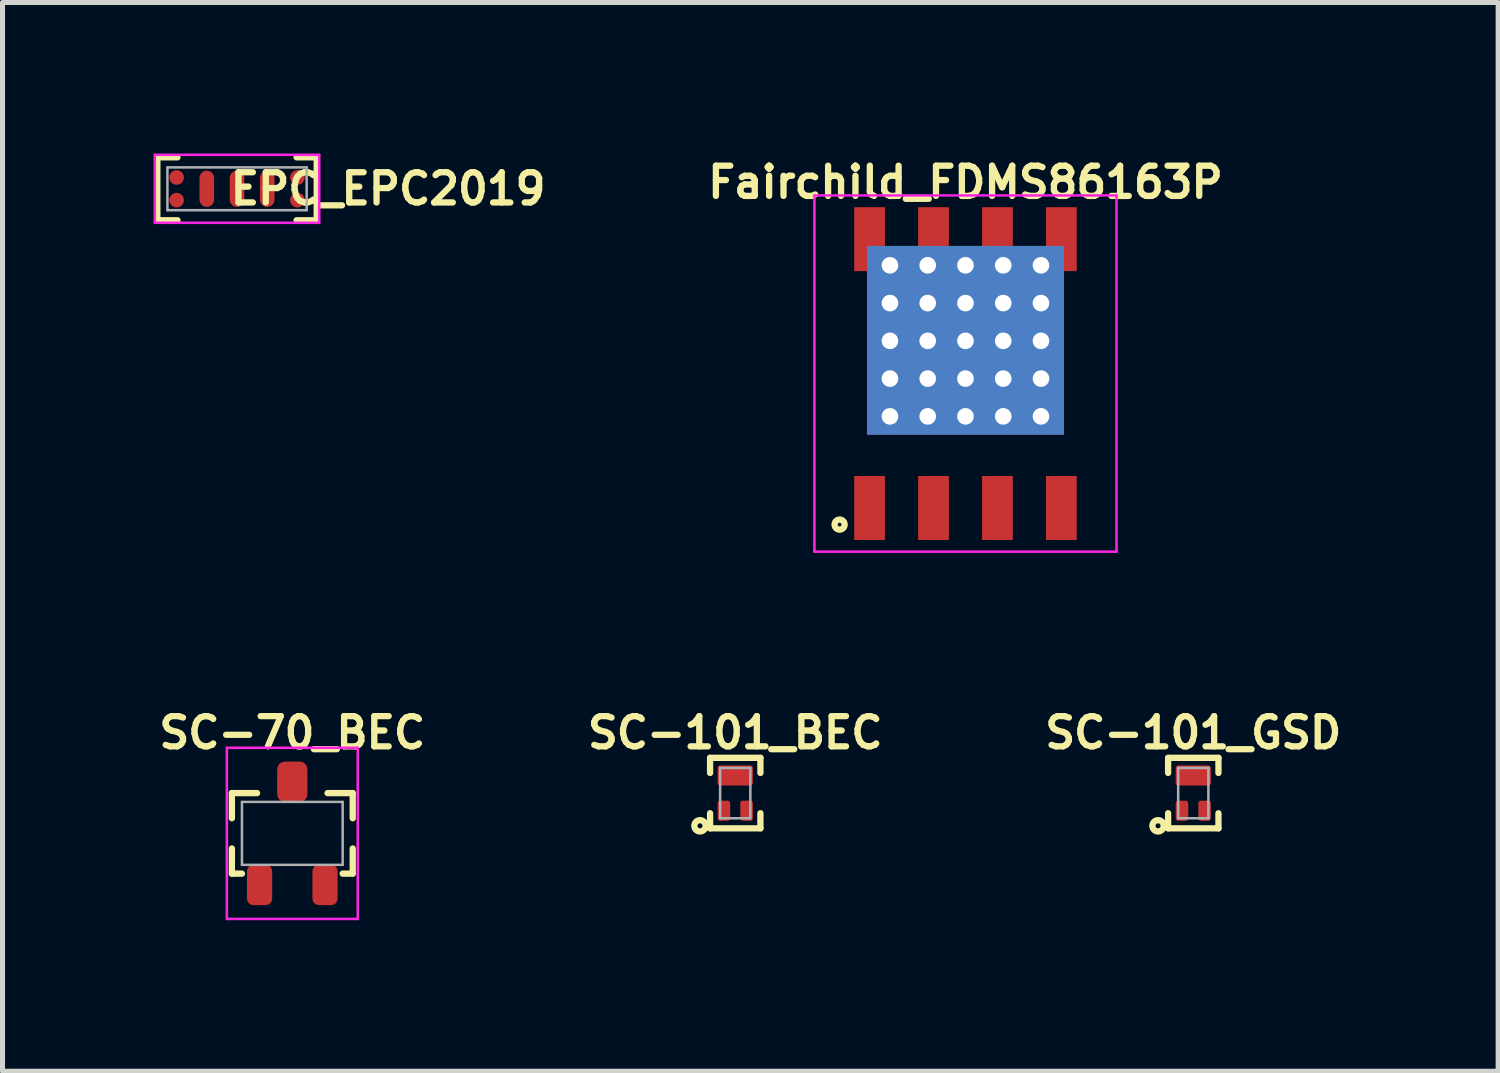
<source format=kicad_pcb>
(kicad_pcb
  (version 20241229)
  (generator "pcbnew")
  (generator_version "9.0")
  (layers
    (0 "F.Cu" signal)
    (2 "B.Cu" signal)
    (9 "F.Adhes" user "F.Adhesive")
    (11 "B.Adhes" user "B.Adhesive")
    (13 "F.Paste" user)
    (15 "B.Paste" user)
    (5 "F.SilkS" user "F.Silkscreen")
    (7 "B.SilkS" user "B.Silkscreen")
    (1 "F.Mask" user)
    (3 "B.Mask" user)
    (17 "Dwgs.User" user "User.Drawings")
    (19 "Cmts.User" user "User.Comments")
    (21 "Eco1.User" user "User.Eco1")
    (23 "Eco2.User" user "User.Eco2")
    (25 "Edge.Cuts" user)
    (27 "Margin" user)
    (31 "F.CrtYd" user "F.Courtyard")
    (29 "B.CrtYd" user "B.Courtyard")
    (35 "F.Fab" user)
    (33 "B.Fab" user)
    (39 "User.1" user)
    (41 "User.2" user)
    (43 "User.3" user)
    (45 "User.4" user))
  (footprint "SC-101_GSD"
    (layer "F.Cu")
    (at 20.652 12.703)
    (property "Reference" "SC-101_GSD" (at 0 -1.2 0) (layer "F.SilkS") (effects (font (size 0.6 0.6) (thickness 0.125))))
    (attr smd)
    (fp_line (start -0.5 -0.7) (end -0.5 -0.4) (stroke (width 0.125) (type solid)) (layer "F.SilkS"))
    (fp_line (start -0.5 -0.7) (end 0.5 -0.7) (stroke (width 0.125) (type solid)) (layer "F.SilkS"))
    (fp_line (start -0.5 0.7) (end -0.5 0.4) (stroke (width 0.125) (type solid)) (layer "F.SilkS"))
    (fp_line (start -0.5 0.7) (end 0.5 0.7) (stroke (width 0.125) (type solid)) (layer "F.SilkS"))
    (fp_line (start 0.5 -0.7) (end 0.5 -0.4) (stroke (width 0.125) (type solid)) (layer "F.SilkS"))
    (fp_line (start 0.5 0.7) (end 0.5 0.4) (stroke (width 0.125) (type solid)) (layer "F.SilkS"))
    (fp_circle (center -0.7 0.65) (end -0.7 0.7) (stroke (width 0.125) (type solid)) (fill no) (layer "F.SilkS"))
    (fp_line (start -0.3 -0.5) (end 0.3 -0.5) (stroke (width 0.05) (type solid)) (layer "F.Fab"))
    (fp_line (start -0.3 0.5) (end -0.3 -0.5) (stroke (width 0.05) (type solid)) (layer "F.Fab"))
    (fp_line (start 0.3 -0.5) (end 0.3 0.5) (stroke (width 0.05) (type solid)) (layer "F.Fab"))
    (fp_line (start 0.3 0.5) (end -0.3 0.5) (stroke (width 0.05) (type solid)) (layer "F.Fab"))
    (pad "D" smd roundrect (at 0 -0.35) (size 0.7 0.4) (layers "F.Cu" "F.Mask" "F.Paste") (roundrect_rratio 0.125))
    (pad "G" smd roundrect (at -0.225 0.35) (size 0.25 0.4) (layers "F.Cu" "F.Mask" "F.Paste") (roundrect_rratio 0.2))
    (pad "S" smd roundrect (at 0.225 0.35) (size 0.25 0.4) (layers "F.Cu" "F.Mask" "F.Paste") (roundrect_rratio 0.2)))
  (footprint "SC-101_BEC"
    (layer "F.Cu")
    (at 11.554 12.703)
    (property "Reference" "SC-101_BEC" (at 0 -1.2 0) (layer "F.SilkS") (effects (font (size 0.6 0.6) (thickness 0.125))))
    (attr smd)
    (fp_line (start -0.5 -0.7) (end -0.5 -0.4) (stroke (width 0.125) (type solid)) (layer "F.SilkS"))
    (fp_line (start -0.5 -0.7) (end 0.5 -0.7) (stroke (width 0.125) (type solid)) (layer "F.SilkS"))
    (fp_line (start -0.5 0.7) (end -0.5 0.4) (stroke (width 0.125) (type solid)) (layer "F.SilkS"))
    (fp_line (start -0.5 0.7) (end 0.5 0.7) (stroke (width 0.125) (type solid)) (layer "F.SilkS"))
    (fp_line (start 0.5 -0.7) (end 0.5 -0.4) (stroke (width 0.125) (type solid)) (layer "F.SilkS"))
    (fp_line (start 0.5 0.7) (end 0.5 0.4) (stroke (width 0.125) (type solid)) (layer "F.SilkS"))
    (fp_circle (center -0.7 0.65) (end -0.7 0.7) (stroke (width 0.125) (type solid)) (fill no) (layer "F.SilkS"))
    (fp_line (start -0.3 -0.5) (end 0.3 -0.5) (stroke (width 0.05) (type solid)) (layer "F.Fab"))
    (fp_line (start -0.3 0.5) (end -0.3 -0.5) (stroke (width 0.05) (type solid)) (layer "F.Fab"))
    (fp_line (start 0.3 -0.5) (end 0.3 0.5) (stroke (width 0.05) (type solid)) (layer "F.Fab"))
    (fp_line (start 0.3 0.5) (end -0.3 0.5) (stroke (width 0.05) (type solid)) (layer "F.Fab"))
    (pad "B" smd roundrect (at -0.225 0.35) (size 0.25 0.4) (layers "F.Cu" "F.Mask" "F.Paste") (roundrect_rratio 0.2))
    (pad "C" smd roundrect (at 0 -0.35) (size 0.7 0.4) (layers "F.Cu" "F.Mask" "F.Paste") (roundrect_rratio 0.125))
    (pad "E" smd roundrect (at 0.225 0.35) (size 0.25 0.4) (layers "F.Cu" "F.Mask" "F.Paste") (roundrect_rratio 0.2)))
  (footprint "Fairchild_FDMS86163P"
    (layer "F.Cu")
    (at 16.127 4.37)
    (property "Reference" "Fairchild_FDMS86163P" (at 0 -3.8 0) (layer "F.SilkS") (effects (font (size 0.6 0.6) (thickness 0.125))))
    (attr smd)
    (fp_circle (center -2.5 3) (end -2.6 3) (stroke (width 0.125) (type solid)) (fill no) (layer "F.SilkS"))
    (fp_line (start -3 -3.538) (end 3 -3.538) (stroke (width 0.05) (type solid)) (layer "F.CrtYd"))
    (fp_line (start -3 3.538) (end -3 -3.538) (stroke (width 0.05) (type solid)) (layer "F.CrtYd"))
    (fp_line (start 3 -3.538) (end 3 3.538) (stroke (width 0.05) (type solid)) (layer "F.CrtYd"))
    (fp_line (start 3 3.538) (end -3 3.538) (stroke (width 0.05) (type solid)) (layer "F.CrtYd"))
    (pad "D" smd rect (at -1.905 -2.67) (size 0.61 1.27) (layers "F.Cu" "F.Mask" "F.Paste"))
    (pad "D" thru_hole circle (at -1.5 -2.15) (size 0.7 0.7) (drill 0.33) (layers "*.Cu"))
    (pad "D" thru_hole circle (at -1.5 -1.4) (size 0.7 0.7) (drill 0.33) (layers "*.Cu"))
    (pad "D" thru_hole circle (at -1.5 -0.65) (size 0.7 0.7) (drill 0.33) (layers "*.Cu"))
    (pad "D" thru_hole circle (at -1.5 0.1) (size 0.7 0.7) (drill 0.33) (layers "*.Cu"))
    (pad "D" thru_hole circle (at -1.5 0.85) (size 0.7 0.7) (drill 0.33) (layers "*.Cu"))
    (pad "D" smd rect (at -1.1 -0.1) (size 1.6 2.5) (layers "F.Cu" "F.Mask" "F.Paste"))
    (pad "D" thru_hole circle (at -0.75 -2.15) (size 0.7 0.7) (drill 0.33) (layers "*.Cu"))
    (pad "D" thru_hole circle (at -0.75 -1.4) (size 0.7 0.7) (drill 0.33) (layers "*.Cu"))
    (pad "D" thru_hole circle (at -0.75 -0.65) (size 0.7 0.7) (drill 0.33) (layers "*.Cu"))
    (pad "D" thru_hole circle (at -0.75 0.1) (size 0.7 0.7) (drill 0.33) (layers "*.Cu"))
    (pad "D" thru_hole circle (at -0.75 0.85) (size 0.7 0.7) (drill 0.33) (layers "*.Cu"))
    (pad "D" smd rect (at -0.635 -2.67) (size 0.61 1.27) (layers "F.Cu" "F.Mask" "F.Paste"))
    (pad "D" thru_hole circle (at 0 -2.15) (size 0.7 0.7) (drill 0.33) (layers "*.Cu"))
    (pad "D" thru_hole circle (at 0 -1.4) (size 0.7 0.7) (drill 0.33) (layers "*.Cu"))
    (pad "D" smd rect (at 0 -0.66) (size 3.91 3.75) (layers "F.Cu" "F.Mask"))
    (pad "D" connect rect (at 0 -0.66) (size 3.91 3.75) (layers "B.Cu"))
    (pad "D" thru_hole circle (at 0 -0.65) (size 0.7 0.7) (drill 0.33) (layers "*.Cu"))
    (pad "D" thru_hole circle (at 0 0.1) (size 0.7 0.7) (drill 0.33) (layers "*.Cu"))
    (pad "D" thru_hole circle (at 0 0.85) (size 0.7 0.7) (drill 0.33) (layers "*.Cu"))
    (pad "D" smd rect (at 0.635 -2.67) (size 0.61 1.27) (layers "F.Cu" "F.Mask" "F.Paste"))
    (pad "D" thru_hole circle (at 0.75 -2.15) (size 0.7 0.7) (drill 0.33) (layers "*.Cu"))
    (pad "D" thru_hole circle (at 0.75 -1.4) (size 0.7 0.7) (drill 0.33) (layers "*.Cu"))
    (pad "D" thru_hole circle (at 0.75 -0.65) (size 0.7 0.7) (drill 0.33) (layers "*.Cu"))
    (pad "D" thru_hole circle (at 0.75 0.1) (size 0.7 0.7) (drill 0.33) (layers "*.Cu"))
    (pad "D" thru_hole circle (at 0.75 0.85) (size 0.7 0.7) (drill 0.33) (layers "*.Cu"))
    (pad "D" smd rect (at 1.1 -0.1) (size 1.6 2.5) (layers "F.Cu" "F.Mask" "F.Paste"))
    (pad "D" thru_hole circle (at 1.5 -2.15) (size 0.7 0.7) (drill 0.33) (layers "*.Cu"))
    (pad "D" thru_hole circle (at 1.5 -1.4) (size 0.7 0.7) (drill 0.33) (layers "*.Cu"))
    (pad "D" thru_hole circle (at 1.5 -0.65) (size 0.7 0.7) (drill 0.33) (layers "*.Cu"))
    (pad "D" thru_hole circle (at 1.5 0.1) (size 0.7 0.7) (drill 0.33) (layers "*.Cu"))
    (pad "D" thru_hole circle (at 1.5 0.85) (size 0.7 0.7) (drill 0.33) (layers "*.Cu"))
    (pad "D" smd rect (at 1.905 -2.67) (size 0.61 1.27) (layers "F.Cu" "F.Mask" "F.Paste"))
    (pad "G" smd rect (at 1.905 2.67) (size 0.61 1.27) (layers "F.Cu" "F.Mask" "F.Paste"))
    (pad "S" smd rect (at -1.905 2.67) (size 0.61 1.27) (layers "F.Cu" "F.Mask" "F.Paste"))
    (pad "S" smd rect (at -0.635 2.67) (size 0.61 1.27) (layers "F.Cu" "F.Mask" "F.Paste"))
    (pad "S" smd rect (at 0.635 2.67) (size 0.61 1.27) (layers "F.Cu" "F.Mask" "F.Paste")))
  (footprint "SC-70_BEC"
    (layer "F.Cu")
    (at 2.756 13.503)
    (property "Reference" "SC-70_BEC" (at 0 -2 0) (layer "F.SilkS") (effects (font (size 0.6 0.6) (thickness 0.125))))
    (attr smd)
    (fp_line (start -1.2 -0.8) (end -0.7 -0.8) (stroke (width 0.125) (type solid)) (layer "F.SilkS"))
    (fp_line (start -1.2 -0.3) (end -1.2 -0.8) (stroke (width 0.125) (type solid)) (layer "F.SilkS"))
    (fp_line (start -1.2 0.8) (end -1.2 0.3) (stroke (width 0.125) (type solid)) (layer "F.SilkS"))
    (fp_line (start -1 0.8) (end -1.2 0.8) (stroke (width 0.125) (type solid)) (layer "F.SilkS"))
    (fp_line (start 1 0.8) (end 1.2 0.8) (stroke (width 0.125) (type solid)) (layer "F.SilkS"))
    (fp_line (start 1.2 -0.8) (end 0.7 -0.8) (stroke (width 0.125) (type solid)) (layer "F.SilkS"))
    (fp_line (start 1.2 -0.8) (end 1.2 -0.3) (stroke (width 0.125) (type solid)) (layer "F.SilkS"))
    (fp_line (start 1.2 0.8) (end 1.2 0.3) (stroke (width 0.125) (type solid)) (layer "F.SilkS"))
    (fp_line (start -1.3 -1.7) (end 1.3 -1.7) (stroke (width 0.05) (type solid)) (layer "F.CrtYd"))
    (fp_line (start -1.3 1.7) (end -1.3 -1.7) (stroke (width 0.05) (type solid)) (layer "F.CrtYd"))
    (fp_line (start 1.3 -1.7) (end 1.3 1.7) (stroke (width 0.05) (type solid)) (layer "F.CrtYd"))
    (fp_line (start 1.3 1.7) (end -1.3 1.7) (stroke (width 0.05) (type solid)) (layer "F.CrtYd"))
    (fp_line (start -1 -0.625) (end -1 0.625) (stroke (width 0.05) (type solid)) (layer "F.Fab"))
    (fp_line (start -1 0.625) (end 1 0.625) (stroke (width 0.05) (type solid)) (layer "F.Fab"))
    (fp_line (start 1 -0.625) (end -1 -0.625) (stroke (width 0.05) (type solid)) (layer "F.Fab"))
    (fp_line (start 1 0.625) (end 1 -0.625) (stroke (width 0.05) (type solid)) (layer "F.Fab"))
    (pad "B" smd roundrect (at -0.65 1.025) (size 0.5 0.8) (layers "F.Cu" "F.Mask" "F.Paste") (roundrect_rratio 0.25))
    (pad "C" smd roundrect (at 0 -1.025) (size 0.6 0.8) (layers "F.Cu" "F.Mask" "F.Paste") (roundrect_rratio 0.25))
    (pad "E" smd roundrect (at 0.65 1.025) (size 0.5 0.8) (layers "F.Cu" "F.Mask" "F.Paste") (roundrect_rratio 0.25)))
  (footprint "EPC_EPC2019"
    (layer "F.Cu")
    (at 1.658 0.7)
    (property "Reference" "EPC_EPC2019" (at 3 0 0) (layer "F.SilkS") (effects (font (size 0.6 0.6) (thickness 0.125))))
    (attr smd)
    (fp_line (start -1.583 -0.625) (end -1.583 0.625) (stroke (width 0.125) (type solid)) (layer "F.SilkS"))
    (fp_line (start -1.583 -0.625) (end -1.183 -0.625) (stroke (width 0.125) (type solid)) (layer "F.SilkS"))
    (fp_line (start -1.583 0.625) (end -1.183 0.625) (stroke (width 0.125) (type solid)) (layer "F.SilkS"))
    (fp_line (start 1.583 -0.625) (end 1.183 -0.625) (stroke (width 0.125) (type solid)) (layer "F.SilkS"))
    (fp_line (start 1.583 -0.625) (end 1.583 0.625) (stroke (width 0.125) (type solid)) (layer "F.SilkS"))
    (fp_line (start 1.583 0.625) (end 1.183 0.625) (stroke (width 0.125) (type solid)) (layer "F.SilkS"))
    (fp_line (start -1.633 -0.675) (end 1.633 -0.675) (stroke (width 0.05) (type solid)) (layer "F.CrtYd"))
    (fp_line (start -1.633 0.675) (end -1.633 -0.675) (stroke (width 0.05) (type solid)) (layer "F.CrtYd"))
    (fp_line (start 1.633 -0.675) (end 1.633 0.675) (stroke (width 0.05) (type solid)) (layer "F.CrtYd"))
    (fp_line (start 1.633 0.675) (end -1.633 0.675) (stroke (width 0.05) (type solid)) (layer "F.CrtYd"))
    (fp_line (start -1.383 -0.425) (end 1.383 -0.425) (stroke (width 0.05) (type solid)) (layer "F.Fab"))
    (fp_line (start -1.383 0.425) (end -1.383 -0.425) (stroke (width 0.05) (type solid)) (layer "F.Fab"))
    (fp_line (start 1.383 -0.425) (end 1.383 0.425) (stroke (width 0.05) (type solid)) (layer "F.Fab"))
    (fp_line (start 1.383 0.425) (end -1.383 0.425) (stroke (width 0.05) (type solid)) (layer "F.Fab"))
    (pad "7" smd circle (at 1.2 0.225) (size 0.29 0.29) (layers "F.Cu" "F.Mask" "F.Paste"))
    (pad "D" smd oval (at -0.6 0) (size 0.29 0.72) (layers "F.Cu" "F.Mask" "F.Paste"))
    (pad "D" smd oval (at 0.6 0) (size 0.29 0.72) (layers "F.Cu" "F.Mask" "F.Paste"))
    (pad "G" smd circle (at -1.2 0.225) (size 0.29 0.29) (layers "F.Cu" "F.Mask" "F.Paste"))
    (pad "S" smd circle (at -1.2 -0.225) (size 0.29 0.29) (layers "F.Cu" "F.Mask" "F.Paste"))
    (pad "S" smd oval (at 0 0) (size 0.29 0.72) (layers "F.Cu" "F.Mask" "F.Paste"))
    (pad "S" smd circle (at 1.2 -0.225) (size 0.29 0.29) (layers "F.Cu" "F.Mask" "F.Paste")))
  (gr_rect
    (start -3 -3)
    (end 26.708 18.228)
    (stroke (width 0.1) (type default))
    (fill no)
    (layer "Edge.Cuts")))
</source>
